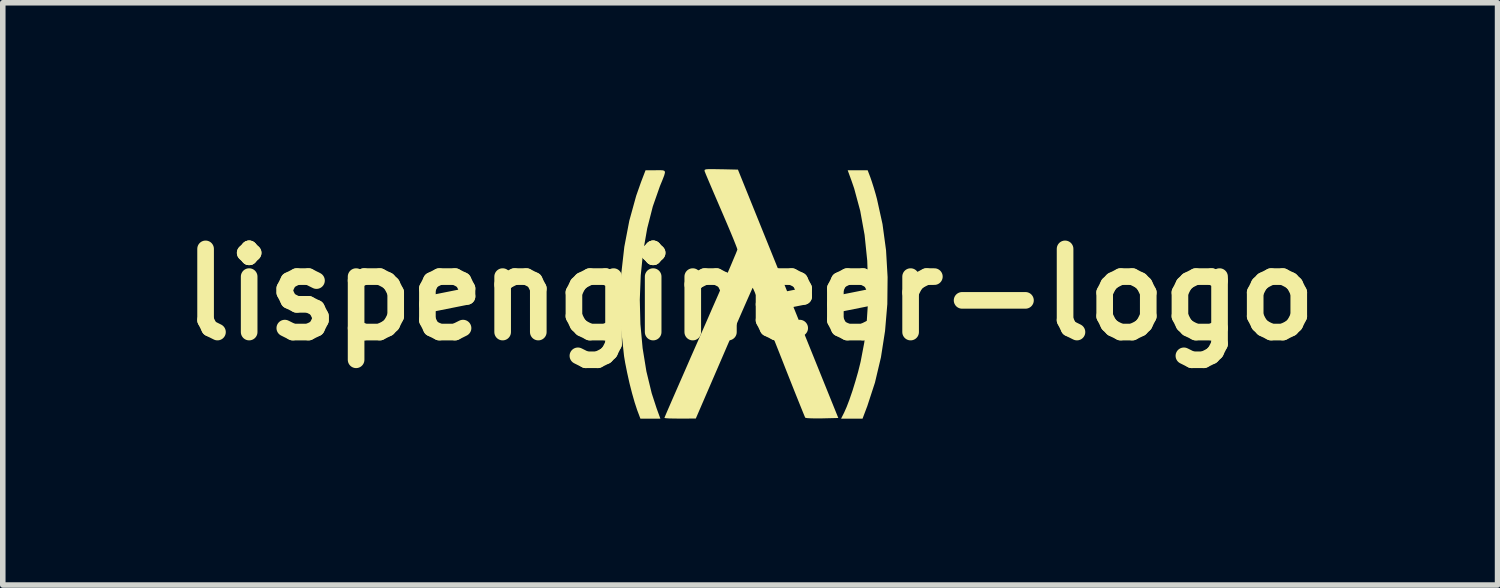
<source format=kicad_pcb>
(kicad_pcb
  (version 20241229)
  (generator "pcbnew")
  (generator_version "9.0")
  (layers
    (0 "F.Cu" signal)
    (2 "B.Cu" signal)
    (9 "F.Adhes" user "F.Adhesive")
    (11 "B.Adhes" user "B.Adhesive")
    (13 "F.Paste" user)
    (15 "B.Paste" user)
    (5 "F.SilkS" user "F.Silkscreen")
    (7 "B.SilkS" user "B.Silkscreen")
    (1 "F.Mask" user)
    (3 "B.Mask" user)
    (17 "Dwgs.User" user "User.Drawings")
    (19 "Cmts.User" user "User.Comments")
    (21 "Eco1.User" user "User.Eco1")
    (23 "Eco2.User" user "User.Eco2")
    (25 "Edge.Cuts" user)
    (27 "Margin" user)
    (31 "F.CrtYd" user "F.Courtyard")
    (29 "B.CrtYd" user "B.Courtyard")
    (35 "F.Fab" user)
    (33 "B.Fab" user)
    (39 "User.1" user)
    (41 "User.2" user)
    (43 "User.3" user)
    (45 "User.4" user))
  (footprint "lispengineer-logo"
    (layer "F.Cu")
    (at 10.479 2.26)
    (property "Reference" "lispengineer-logo" (at 0 0 0) (layer "F.SilkS") (effects (font (size 1.5 1.5) (thickness 0.3))))
    (attr board_only exclude_from_pos_files exclude_from_bom)
    (fp_poly (pts (xy -1.572 -2.238) (xy -1.543 -2.226) (xy -1.537 -2.197) (xy -1.551 -2.145) (xy -1.583 -2.062) (xy -1.628 -1.953) (xy -1.756 -1.588) (xy -1.857 -1.193) (xy -1.93 -0.776) (xy -1.974 -0.343) (xy -1.991 0.096) (xy -1.98 0.536) (xy -1.94 0.969) (xy -1.872 1.387) (xy -1.776 1.783) (xy -1.689 2.05) (xy -1.62 2.24) (xy -1.8 2.24) (xy -1.98 2.24) (xy -2.039 2.083) (xy -2.083 1.949) (xy -2.13 1.784) (xy -2.177 1.6) (xy -2.219 1.411) (xy -2.255 1.231) (xy -2.275 1.111) (xy -2.328 0.619) (xy -2.345 0.122) (xy -2.325 -0.373) (xy -2.27 -0.859) (xy -2.18 -1.33) (xy -2.056 -1.779) (xy -1.969 -2.026) (xy -1.887 -2.24) (xy -1.703 -2.24) (xy -1.624 -2.241)) (stroke (width 0) (type solid)) (fill yes) (layer "F.SilkS"))
    (fp_poly (pts (xy 2.168 -2.109) (xy 2.195 -2.03) (xy 2.229 -1.923) (xy 2.264 -1.804) (xy 2.286 -1.722) (xy 2.386 -1.269) (xy 2.45 -0.797) (xy 2.478 -0.313) (xy 2.473 0.174) (xy 2.432 0.659) (xy 2.358 1.134) (xy 2.25 1.59) (xy 2.109 2.022) (xy 2.107 2.026) (xy 2.026 2.24) (xy 1.832 2.24) (xy 1.639 2.24) (xy 1.696 2.127) (xy 1.74 2.027) (xy 1.791 1.893) (xy 1.845 1.736) (xy 1.897 1.567) (xy 1.946 1.396) (xy 1.986 1.236) (xy 1.994 1.201) (xy 2.057 0.87) (xy 2.099 0.534) (xy 2.122 0.179) (xy 2.127 -0.116) (xy 2.111 -0.608) (xy 2.063 -1.073) (xy 1.984 -1.509) (xy 1.875 -1.912) (xy 1.825 -2.057) (xy 1.758 -2.24) (xy 1.938 -2.24) (xy 2.118 -2.24)) (stroke (width 0) (type solid)) (fill yes) (layer "F.SilkS"))
    (fp_poly (pts (xy -0.55 -2.258) (xy -0.528 -2.258) (xy -0.221 -2.251) (xy 0.684 -0.012) (xy 1.589 2.228) (xy 1.299 2.235) (xy 1.187 2.236) (xy 1.093 2.234) (xy 1.026 2.23) (xy 0.994 2.224) (xy 0.993 2.223) (xy 0.982 2.199) (xy 0.956 2.136) (xy 0.916 2.037) (xy 0.864 1.908) (xy 0.801 1.751) (xy 0.73 1.572) (xy 0.651 1.373) (xy 0.567 1.159) (xy 0.518 1.035) (xy 0.431 0.816) (xy 0.35 0.61) (xy 0.274 0.423) (xy 0.207 0.257) (xy 0.149 0.116) (xy 0.102 0.005) (xy 0.068 -0.073) (xy 0.049 -0.114) (xy 0.044 -0.12) (xy 0.033 -0.096) (xy 0.005 -0.034) (xy -0.038 0.063) (xy -0.094 0.19) (xy -0.162 0.345) (xy -0.239 0.522) (xy -0.324 0.718) (xy -0.416 0.93) (xy -0.475 1.067) (xy -0.981 2.238) (xy -1.264 2.239) (xy -1.372 2.238) (xy -1.461 2.236) (xy -1.523 2.232) (xy -1.547 2.227) (xy -1.547 2.227) (xy -1.538 2.204) (xy -1.512 2.142) (xy -1.47 2.045) (xy -1.414 1.916) (xy -1.345 1.758) (xy -1.265 1.575) (xy -1.175 1.37) (xy -1.078 1.147) (xy -0.973 0.909) (xy -0.889 0.718) (xy -0.78 0.47) (xy -0.677 0.233) (xy -0.58 0.013) (xy -0.493 -0.189) (xy -0.415 -0.369) (xy -0.349 -0.523) (xy -0.297 -0.647) (xy -0.258 -0.739) (xy -0.236 -0.795) (xy -0.231 -0.811) (xy -0.24 -0.84) (xy -0.265 -0.905) (xy -0.304 -1.003) (xy -0.355 -1.126) (xy -0.416 -1.27) (xy -0.484 -1.429) (xy -0.518 -1.508) (xy -0.589 -1.673) (xy -0.655 -1.826) (xy -0.713 -1.962) (xy -0.761 -2.075) (xy -0.796 -2.158) (xy -0.816 -2.208) (xy -0.82 -2.217) (xy -0.824 -2.236) (xy -0.818 -2.249) (xy -0.794 -2.257) (xy -0.747 -2.26) (xy -0.668 -2.26)) (stroke (width 0) (type solid)) (fill yes) (layer "F.SilkS")))
  (gr_rect
    (start -3 -3)
    (end 23.957 7.5)
    (stroke (width 0.1) (type default))
    (fill no)
    (layer "Edge.Cuts")))
</source>
